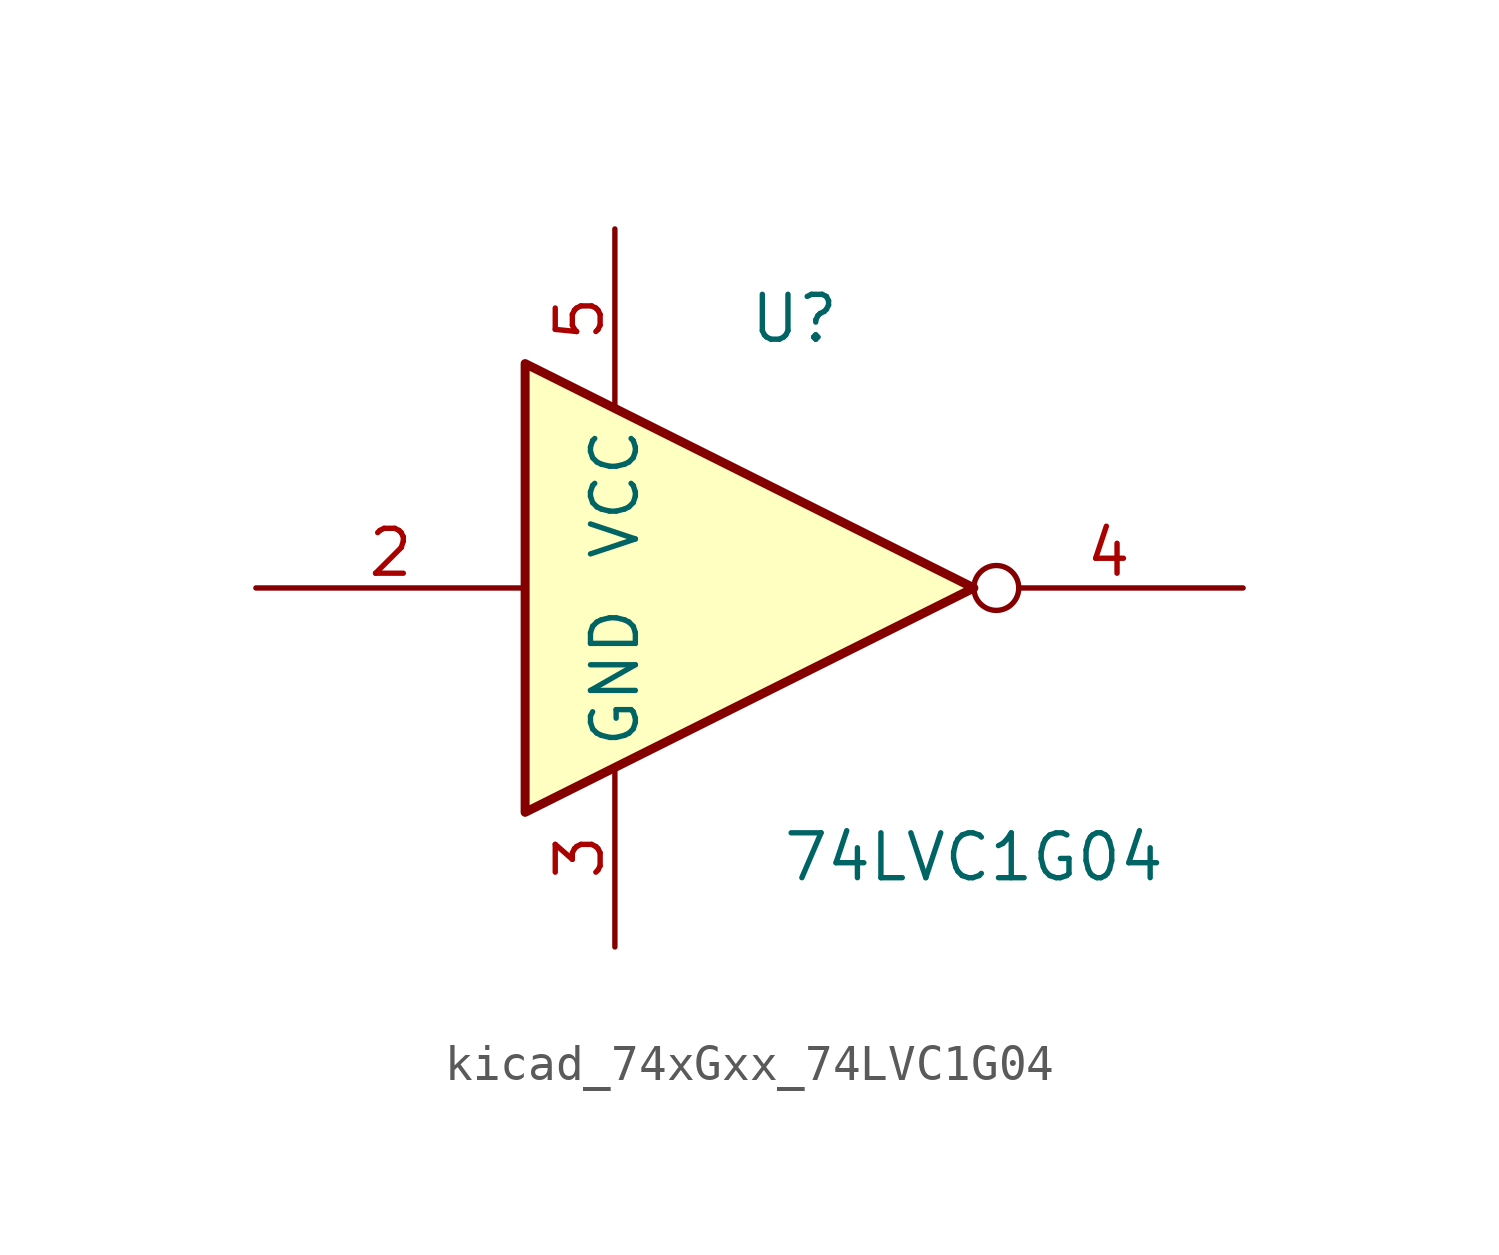
<source format=kicad_sym>
(kicad_symbol_lib
  (version 20220914)
  (generator kicad_symbol_editor)
  (symbol "kicad_74xGxx_74LVC1G04"
    (property "Reference" "U"
      (at 0 7.62 0)
      (effects (font (size 1.27 1.27))))
    (property "Value" "74LVC1G04"
      (at 5.08 -7.62 0)
      (effects (font (size 1.27 1.27))))
    (symbol "kicad_74xGxx_74LVC1G04_0_1"
      (polyline (pts (xy -7.62 6.35) (xy -7.62 -6.35) (xy 5.08 0) (xy -7.62 6.35)) (stroke (width 0.254) (type default)) (fill (type background))))
    (symbol "kicad_74xGxx_74LVC1G04_1_1"
      (pin input line (at -15.24 0 0) (length 7.62) (name "~" (effects (font (size 1.27 1.27)))) (number "2" (effects (font (size 1.27 1.27)))))
      (pin power_in line (at -5.08 -10.16 90) (length 5.08) (name "GND" (effects (font (size 1.27 1.27)))) (number "3" (effects (font (size 1.27 1.27)))))
      (pin output inverted (at 12.7 0 180) (length 7.62) (name "~" (effects (font (size 1.27 1.27)))) (number "4" (effects (font (size 1.27 1.27)))))
      (pin power_in line (at -5.08 10.16 270) (length 5.08) (name "VCC" (effects (font (size 1.27 1.27)))) (number "5" (effects (font (size 1.27 1.27))))))))
</source>
